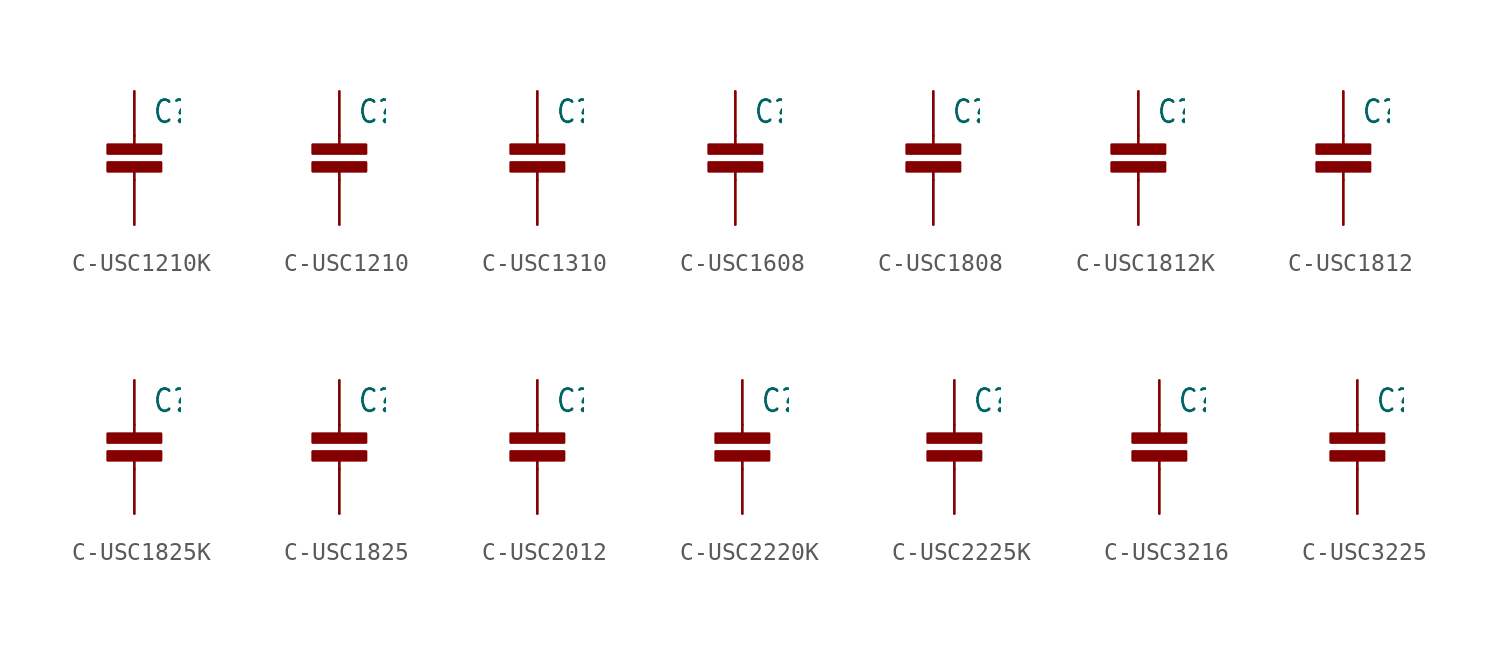
<source format=kicad_sym>
(kicad_symbol_lib
  (version 20231120)
  (generator "kicad_symbol_editor")
  (generator_version "8.99")
  (symbol "C-USC1210K"
    (property "Reference" "C"
      (at 1.016 0.635 0)
      (effects (font (size 1.27 1.079)) (justify left bottom)))
    (property "Value" ""
      (at 1.016 -4.191 0)
      (effects (font (size 1.27 1.079)) (justify left bottom)))
    (property "ki_locked" ""
      (at 0 0 0)
      (effects (font (size 1.27 1.27))))
    (symbol "C-USC1210K_1_0"
      (rectangle (start -1.524 -2.032) (end 1.524 -1.524) (stroke (width 0) (type default)) (fill (type outline)))
      (rectangle (start -1.524 -1.016) (end 1.524 -0.508) (stroke (width 0) (type default)) (fill (type outline)))
      (polyline (pts (xy 0 -2.54) (xy 0 -2.032)) (stroke (width 0.152) (type solid)) (fill (type none)))
      (polyline (pts (xy 0 0) (xy 0 -0.508)) (stroke (width 0.152) (type solid)) (fill (type none)))
      (pin passive line (at 0 2.54 270) (length 2.54) (name "1" (effects (font (size 0 0)))) (number "1" (effects (font (size 0 0)))))
      (pin passive line (at 0 -5.08 90) (length 2.54) (name "2" (effects (font (size 0 0)))) (number "2" (effects (font (size 0 0)))))))
  (symbol "C-USC1210"
    (property "Reference" "C"
      (at 1.016 0.635 0)
      (effects (font (size 1.27 1.079)) (justify left bottom)))
    (property "Value" ""
      (at 1.016 -4.191 0)
      (effects (font (size 1.27 1.079)) (justify left bottom)))
    (property "ki_locked" ""
      (at 0 0 0)
      (effects (font (size 1.27 1.27))))
    (symbol "C-USC1210_1_0"
      (rectangle (start -1.524 -2.032) (end 1.524 -1.524) (stroke (width 0) (type default)) (fill (type outline)))
      (rectangle (start -1.524 -1.016) (end 1.524 -0.508) (stroke (width 0) (type default)) (fill (type outline)))
      (polyline (pts (xy 0 -2.54) (xy 0 -2.032)) (stroke (width 0.152) (type solid)) (fill (type none)))
      (polyline (pts (xy 0 0) (xy 0 -0.508)) (stroke (width 0.152) (type solid)) (fill (type none)))
      (pin passive line (at 0 2.54 270) (length 2.54) (name "1" (effects (font (size 0 0)))) (number "1" (effects (font (size 0 0)))))
      (pin passive line (at 0 -5.08 90) (length 2.54) (name "2" (effects (font (size 0 0)))) (number "2" (effects (font (size 0 0)))))))
  (symbol "C-USC1310"
    (property "Reference" "C"
      (at 1.016 0.635 0)
      (effects (font (size 1.27 1.079)) (justify left bottom)))
    (property "Value" ""
      (at 1.016 -4.191 0)
      (effects (font (size 1.27 1.079)) (justify left bottom)))
    (property "ki_locked" ""
      (at 0 0 0)
      (effects (font (size 1.27 1.27))))
    (symbol "C-USC1310_1_0"
      (rectangle (start -1.524 -2.032) (end 1.524 -1.524) (stroke (width 0) (type default)) (fill (type outline)))
      (rectangle (start -1.524 -1.016) (end 1.524 -0.508) (stroke (width 0) (type default)) (fill (type outline)))
      (polyline (pts (xy 0 -2.54) (xy 0 -2.032)) (stroke (width 0.152) (type solid)) (fill (type none)))
      (polyline (pts (xy 0 0) (xy 0 -0.508)) (stroke (width 0.152) (type solid)) (fill (type none)))
      (pin passive line (at 0 2.54 270) (length 2.54) (name "1" (effects (font (size 0 0)))) (number "1" (effects (font (size 0 0)))))
      (pin passive line (at 0 -5.08 90) (length 2.54) (name "2" (effects (font (size 0 0)))) (number "2" (effects (font (size 0 0)))))))
  (symbol "C-USC1608"
    (property "Reference" "C"
      (at 1.016 0.635 0)
      (effects (font (size 1.27 1.079)) (justify left bottom)))
    (property "Value" ""
      (at 1.016 -4.191 0)
      (effects (font (size 1.27 1.079)) (justify left bottom)))
    (property "ki_locked" ""
      (at 0 0 0)
      (effects (font (size 1.27 1.27))))
    (symbol "C-USC1608_1_0"
      (rectangle (start -1.524 -2.032) (end 1.524 -1.524) (stroke (width 0) (type default)) (fill (type outline)))
      (rectangle (start -1.524 -1.016) (end 1.524 -0.508) (stroke (width 0) (type default)) (fill (type outline)))
      (polyline (pts (xy 0 -2.54) (xy 0 -2.032)) (stroke (width 0.152) (type solid)) (fill (type none)))
      (polyline (pts (xy 0 0) (xy 0 -0.508)) (stroke (width 0.152) (type solid)) (fill (type none)))
      (pin passive line (at 0 2.54 270) (length 2.54) (name "1" (effects (font (size 0 0)))) (number "1" (effects (font (size 0 0)))))
      (pin passive line (at 0 -5.08 90) (length 2.54) (name "2" (effects (font (size 0 0)))) (number "2" (effects (font (size 0 0)))))))
  (symbol "C-USC1808"
    (property "Reference" "C"
      (at 1.016 0.635 0)
      (effects (font (size 1.27 1.079)) (justify left bottom)))
    (property "Value" ""
      (at 1.016 -4.191 0)
      (effects (font (size 1.27 1.079)) (justify left bottom)))
    (property "ki_locked" ""
      (at 0 0 0)
      (effects (font (size 1.27 1.27))))
    (symbol "C-USC1808_1_0"
      (rectangle (start -1.524 -2.032) (end 1.524 -1.524) (stroke (width 0) (type default)) (fill (type outline)))
      (rectangle (start -1.524 -1.016) (end 1.524 -0.508) (stroke (width 0) (type default)) (fill (type outline)))
      (polyline (pts (xy 0 -2.54) (xy 0 -2.032)) (stroke (width 0.152) (type solid)) (fill (type none)))
      (polyline (pts (xy 0 0) (xy 0 -0.508)) (stroke (width 0.152) (type solid)) (fill (type none)))
      (pin passive line (at 0 2.54 270) (length 2.54) (name "1" (effects (font (size 0 0)))) (number "1" (effects (font (size 0 0)))))
      (pin passive line (at 0 -5.08 90) (length 2.54) (name "2" (effects (font (size 0 0)))) (number "2" (effects (font (size 0 0)))))))
  (symbol "C-USC1812K"
    (property "Reference" "C"
      (at 1.016 0.635 0)
      (effects (font (size 1.27 1.079)) (justify left bottom)))
    (property "Value" ""
      (at 1.016 -4.191 0)
      (effects (font (size 1.27 1.079)) (justify left bottom)))
    (property "ki_locked" ""
      (at 0 0 0)
      (effects (font (size 1.27 1.27))))
    (symbol "C-USC1812K_1_0"
      (rectangle (start -1.524 -2.032) (end 1.524 -1.524) (stroke (width 0) (type default)) (fill (type outline)))
      (rectangle (start -1.524 -1.016) (end 1.524 -0.508) (stroke (width 0) (type default)) (fill (type outline)))
      (polyline (pts (xy 0 -2.54) (xy 0 -2.032)) (stroke (width 0.152) (type solid)) (fill (type none)))
      (polyline (pts (xy 0 0) (xy 0 -0.508)) (stroke (width 0.152) (type solid)) (fill (type none)))
      (pin passive line (at 0 2.54 270) (length 2.54) (name "1" (effects (font (size 0 0)))) (number "1" (effects (font (size 0 0)))))
      (pin passive line (at 0 -5.08 90) (length 2.54) (name "2" (effects (font (size 0 0)))) (number "2" (effects (font (size 0 0)))))))
  (symbol "C-USC1812"
    (property "Reference" "C"
      (at 1.016 0.635 0)
      (effects (font (size 1.27 1.079)) (justify left bottom)))
    (property "Value" ""
      (at 1.016 -4.191 0)
      (effects (font (size 1.27 1.079)) (justify left bottom)))
    (property "ki_locked" ""
      (at 0 0 0)
      (effects (font (size 1.27 1.27))))
    (symbol "C-USC1812_1_0"
      (rectangle (start -1.524 -2.032) (end 1.524 -1.524) (stroke (width 0) (type default)) (fill (type outline)))
      (rectangle (start -1.524 -1.016) (end 1.524 -0.508) (stroke (width 0) (type default)) (fill (type outline)))
      (polyline (pts (xy 0 -2.54) (xy 0 -2.032)) (stroke (width 0.152) (type solid)) (fill (type none)))
      (polyline (pts (xy 0 0) (xy 0 -0.508)) (stroke (width 0.152) (type solid)) (fill (type none)))
      (pin passive line (at 0 2.54 270) (length 2.54) (name "1" (effects (font (size 0 0)))) (number "1" (effects (font (size 0 0)))))
      (pin passive line (at 0 -5.08 90) (length 2.54) (name "2" (effects (font (size 0 0)))) (number "2" (effects (font (size 0 0)))))))
  (symbol "C-USC1825K"
    (property "Reference" "C"
      (at 1.016 0.635 0)
      (effects (font (size 1.27 1.079)) (justify left bottom)))
    (property "Value" ""
      (at 1.016 -4.191 0)
      (effects (font (size 1.27 1.079)) (justify left bottom)))
    (property "ki_locked" ""
      (at 0 0 0)
      (effects (font (size 1.27 1.27))))
    (symbol "C-USC1825K_1_0"
      (rectangle (start -1.524 -2.032) (end 1.524 -1.524) (stroke (width 0) (type default)) (fill (type outline)))
      (rectangle (start -1.524 -1.016) (end 1.524 -0.508) (stroke (width 0) (type default)) (fill (type outline)))
      (polyline (pts (xy 0 -2.54) (xy 0 -2.032)) (stroke (width 0.152) (type solid)) (fill (type none)))
      (polyline (pts (xy 0 0) (xy 0 -0.508)) (stroke (width 0.152) (type solid)) (fill (type none)))
      (pin passive line (at 0 2.54 270) (length 2.54) (name "1" (effects (font (size 0 0)))) (number "1" (effects (font (size 0 0)))))
      (pin passive line (at 0 -5.08 90) (length 2.54) (name "2" (effects (font (size 0 0)))) (number "2" (effects (font (size 0 0)))))))
  (symbol "C-USC1825"
    (property "Reference" "C"
      (at 1.016 0.635 0)
      (effects (font (size 1.27 1.079)) (justify left bottom)))
    (property "Value" ""
      (at 1.016 -4.191 0)
      (effects (font (size 1.27 1.079)) (justify left bottom)))
    (property "ki_locked" ""
      (at 0 0 0)
      (effects (font (size 1.27 1.27))))
    (symbol "C-USC1825_1_0"
      (rectangle (start -1.524 -2.032) (end 1.524 -1.524) (stroke (width 0) (type default)) (fill (type outline)))
      (rectangle (start -1.524 -1.016) (end 1.524 -0.508) (stroke (width 0) (type default)) (fill (type outline)))
      (polyline (pts (xy 0 -2.54) (xy 0 -2.032)) (stroke (width 0.152) (type solid)) (fill (type none)))
      (polyline (pts (xy 0 0) (xy 0 -0.508)) (stroke (width 0.152) (type solid)) (fill (type none)))
      (pin passive line (at 0 2.54 270) (length 2.54) (name "1" (effects (font (size 0 0)))) (number "1" (effects (font (size 0 0)))))
      (pin passive line (at 0 -5.08 90) (length 2.54) (name "2" (effects (font (size 0 0)))) (number "2" (effects (font (size 0 0)))))))
  (symbol "C-USC2012"
    (property "Reference" "C"
      (at 1.016 0.635 0)
      (effects (font (size 1.27 1.079)) (justify left bottom)))
    (property "Value" ""
      (at 1.016 -4.191 0)
      (effects (font (size 1.27 1.079)) (justify left bottom)))
    (property "ki_locked" ""
      (at 0 0 0)
      (effects (font (size 1.27 1.27))))
    (symbol "C-USC2012_1_0"
      (rectangle (start -1.524 -2.032) (end 1.524 -1.524) (stroke (width 0) (type default)) (fill (type outline)))
      (rectangle (start -1.524 -1.016) (end 1.524 -0.508) (stroke (width 0) (type default)) (fill (type outline)))
      (polyline (pts (xy 0 -2.54) (xy 0 -2.032)) (stroke (width 0.152) (type solid)) (fill (type none)))
      (polyline (pts (xy 0 0) (xy 0 -0.508)) (stroke (width 0.152) (type solid)) (fill (type none)))
      (pin passive line (at 0 2.54 270) (length 2.54) (name "1" (effects (font (size 0 0)))) (number "1" (effects (font (size 0 0)))))
      (pin passive line (at 0 -5.08 90) (length 2.54) (name "2" (effects (font (size 0 0)))) (number "2" (effects (font (size 0 0)))))))
  (symbol "C-USC2220K"
    (property "Reference" "C"
      (at 1.016 0.635 0)
      (effects (font (size 1.27 1.079)) (justify left bottom)))
    (property "Value" ""
      (at 1.016 -4.191 0)
      (effects (font (size 1.27 1.079)) (justify left bottom)))
    (property "ki_locked" ""
      (at 0 0 0)
      (effects (font (size 1.27 1.27))))
    (symbol "C-USC2220K_1_0"
      (rectangle (start -1.524 -2.032) (end 1.524 -1.524) (stroke (width 0) (type default)) (fill (type outline)))
      (rectangle (start -1.524 -1.016) (end 1.524 -0.508) (stroke (width 0) (type default)) (fill (type outline)))
      (polyline (pts (xy 0 -2.54) (xy 0 -2.032)) (stroke (width 0.152) (type solid)) (fill (type none)))
      (polyline (pts (xy 0 0) (xy 0 -0.508)) (stroke (width 0.152) (type solid)) (fill (type none)))
      (pin passive line (at 0 2.54 270) (length 2.54) (name "1" (effects (font (size 0 0)))) (number "1" (effects (font (size 0 0)))))
      (pin passive line (at 0 -5.08 90) (length 2.54) (name "2" (effects (font (size 0 0)))) (number "2" (effects (font (size 0 0)))))))
  (symbol "C-USC2225K"
    (property "Reference" "C"
      (at 1.016 0.635 0)
      (effects (font (size 1.27 1.079)) (justify left bottom)))
    (property "Value" ""
      (at 1.016 -4.191 0)
      (effects (font (size 1.27 1.079)) (justify left bottom)))
    (property "ki_locked" ""
      (at 0 0 0)
      (effects (font (size 1.27 1.27))))
    (symbol "C-USC2225K_1_0"
      (rectangle (start -1.524 -2.032) (end 1.524 -1.524) (stroke (width 0) (type default)) (fill (type outline)))
      (rectangle (start -1.524 -1.016) (end 1.524 -0.508) (stroke (width 0) (type default)) (fill (type outline)))
      (polyline (pts (xy 0 -2.54) (xy 0 -2.032)) (stroke (width 0.152) (type solid)) (fill (type none)))
      (polyline (pts (xy 0 0) (xy 0 -0.508)) (stroke (width 0.152) (type solid)) (fill (type none)))
      (pin passive line (at 0 2.54 270) (length 2.54) (name "1" (effects (font (size 0 0)))) (number "1" (effects (font (size 0 0)))))
      (pin passive line (at 0 -5.08 90) (length 2.54) (name "2" (effects (font (size 0 0)))) (number "2" (effects (font (size 0 0)))))))
  (symbol "C-USC3216"
    (property "Reference" "C"
      (at 1.016 0.635 0)
      (effects (font (size 1.27 1.079)) (justify left bottom)))
    (property "Value" ""
      (at 1.016 -4.191 0)
      (effects (font (size 1.27 1.079)) (justify left bottom)))
    (property "ki_locked" ""
      (at 0 0 0)
      (effects (font (size 1.27 1.27))))
    (symbol "C-USC3216_1_0"
      (rectangle (start -1.524 -2.032) (end 1.524 -1.524) (stroke (width 0) (type default)) (fill (type outline)))
      (rectangle (start -1.524 -1.016) (end 1.524 -0.508) (stroke (width 0) (type default)) (fill (type outline)))
      (polyline (pts (xy 0 -2.54) (xy 0 -2.032)) (stroke (width 0.152) (type solid)) (fill (type none)))
      (polyline (pts (xy 0 0) (xy 0 -0.508)) (stroke (width 0.152) (type solid)) (fill (type none)))
      (pin passive line (at 0 2.54 270) (length 2.54) (name "1" (effects (font (size 0 0)))) (number "1" (effects (font (size 0 0)))))
      (pin passive line (at 0 -5.08 90) (length 2.54) (name "2" (effects (font (size 0 0)))) (number "2" (effects (font (size 0 0)))))))
  (symbol "C-USC3225"
    (property "Reference" "C"
      (at 1.016 0.635 0)
      (effects (font (size 1.27 1.079)) (justify left bottom)))
    (property "Value" ""
      (at 1.016 -4.191 0)
      (effects (font (size 1.27 1.079)) (justify left bottom)))
    (property "ki_locked" ""
      (at 0 0 0)
      (effects (font (size 1.27 1.27))))
    (symbol "C-USC3225_1_0"
      (rectangle (start -1.524 -2.032) (end 1.524 -1.524) (stroke (width 0) (type default)) (fill (type outline)))
      (rectangle (start -1.524 -1.016) (end 1.524 -0.508) (stroke (width 0) (type default)) (fill (type outline)))
      (polyline (pts (xy 0 -2.54) (xy 0 -2.032)) (stroke (width 0.152) (type solid)) (fill (type none)))
      (polyline (pts (xy 0 0) (xy 0 -0.508)) (stroke (width 0.152) (type solid)) (fill (type none)))
      (pin passive line (at 0 2.54 270) (length 2.54) (name "1" (effects (font (size 0 0)))) (number "1" (effects (font (size 0 0)))))
      (pin passive line (at 0 -5.08 90) (length 2.54) (name "2" (effects (font (size 0 0)))) (number "2" (effects (font (size 0 0))))))))
</source>
